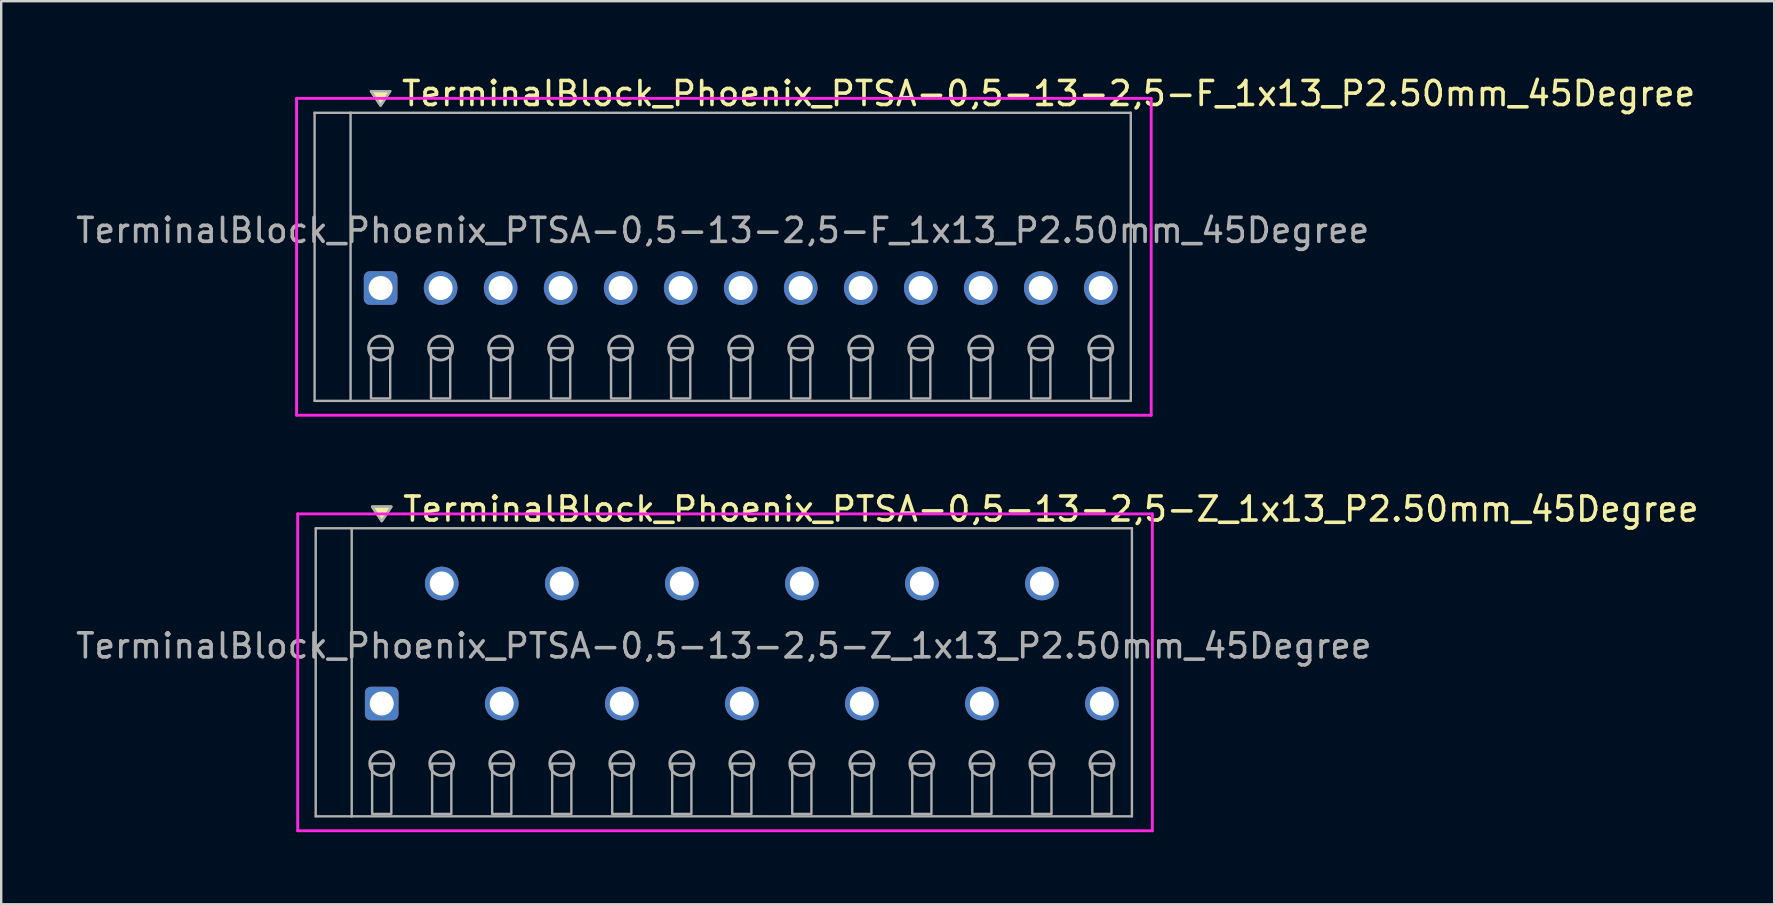
<source format=kicad_pcb>
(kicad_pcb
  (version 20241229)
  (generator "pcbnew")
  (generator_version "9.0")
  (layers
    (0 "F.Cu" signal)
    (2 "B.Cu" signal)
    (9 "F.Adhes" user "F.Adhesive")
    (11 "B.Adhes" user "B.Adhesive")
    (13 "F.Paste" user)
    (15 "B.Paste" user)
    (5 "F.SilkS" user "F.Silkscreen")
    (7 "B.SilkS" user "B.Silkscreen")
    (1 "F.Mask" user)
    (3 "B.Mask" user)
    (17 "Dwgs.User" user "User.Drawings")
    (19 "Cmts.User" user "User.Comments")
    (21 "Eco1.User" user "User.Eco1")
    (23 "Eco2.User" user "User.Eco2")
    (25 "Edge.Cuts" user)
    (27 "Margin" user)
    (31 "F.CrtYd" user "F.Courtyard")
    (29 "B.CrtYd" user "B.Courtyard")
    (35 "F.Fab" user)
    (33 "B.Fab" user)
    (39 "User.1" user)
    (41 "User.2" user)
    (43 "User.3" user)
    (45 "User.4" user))
  (footprint "TerminalBlock_Phoenix_PTSA-0,5-13-2,5-F_1x13_P2.50mm_45Degree"
    (layer "F.Cu")
    (at 12.804 8.948)
    (property "Reference" "TerminalBlock_Phoenix_PTSA-0,5-13-2,5-F_1x13_P2.50mm_45Degree" (at 0.8 -8.1 0) (layer "F.SilkS") (effects (font (size 1 1) (thickness 0.15)) (justify left)))
    (attr through_hole)
    (fp_poly (pts (xy 0 -7.6) (xy -0.4 -8.2) (xy 0.4 -8.2)) (stroke (width 0.1) (type solid)) (fill yes) (layer "F.SilkS"))
    (fp_line (start -3.5 -7.9) (end 32.1 -7.9) (stroke (width 0.12) (type solid)) (layer "F.CrtYd"))
    (fp_line (start -3.5 5.3) (end -3.5 -7.9) (stroke (width 0.12) (type solid)) (layer "F.CrtYd"))
    (fp_line (start 32.1 -7.9) (end 32.1 5.3) (stroke (width 0.12) (type solid)) (layer "F.CrtYd"))
    (fp_line (start 32.1 5.3) (end -3.5 5.3) (stroke (width 0.12) (type solid)) (layer "F.CrtYd"))
    (fp_line (start -2.75 -7.3) (end -1.25 -7.3) (stroke (width 0.1) (type solid)) (layer "F.Fab"))
    (fp_line (start -2.75 4.7) (end -2.75 -7.3) (stroke (width 0.1) (type solid)) (layer "F.Fab"))
    (fp_line (start -1.25 -7.3) (end -1.25 4.7) (stroke (width 0.1) (type solid)) (layer "F.Fab"))
    (fp_line (start -1.25 4.7) (end -2.75 4.7) (stroke (width 0.1) (type solid)) (layer "F.Fab"))
    (fp_line (start -1.25 4.7) (end 31.25 4.7) (stroke (width 0.1) (type solid)) (layer "F.Fab"))
    (fp_line (start 31.25 -7.3) (end -1.25 -7.3) (stroke (width 0.1) (type solid)) (layer "F.Fab"))
    (fp_line (start 31.25 4.7) (end 31.25 -7.3) (stroke (width 0.1) (type solid)) (layer "F.Fab"))
    (fp_circle (center 0 2.5) (end -0.5 2.5) (stroke (width 0.12) (type solid)) (fill no) (layer "F.Fab"))
    (fp_circle (center 2.5 2.5) (end 2 2.5) (stroke (width 0.12) (type solid)) (fill no) (layer "F.Fab"))
    (fp_circle (center 5 2.5) (end 4.5 2.5) (stroke (width 0.12) (type solid)) (fill no) (layer "F.Fab"))
    (fp_circle (center 7.5 2.5) (end 7 2.5) (stroke (width 0.12) (type solid)) (fill no) (layer "F.Fab"))
    (fp_circle (center 10 2.5) (end 9.5 2.5) (stroke (width 0.12) (type solid)) (fill no) (layer "F.Fab"))
    (fp_circle (center 12.5 2.5) (end 12 2.5) (stroke (width 0.12) (type solid)) (fill no) (layer "F.Fab"))
    (fp_circle (center 15 2.5) (end 14.5 2.5) (stroke (width 0.12) (type solid)) (fill no) (layer "F.Fab"))
    (fp_circle (center 17.5 2.5) (end 17 2.5) (stroke (width 0.12) (type solid)) (fill no) (layer "F.Fab"))
    (fp_circle (center 20 2.5) (end 19.5 2.5) (stroke (width 0.12) (type solid)) (fill no) (layer "F.Fab"))
    (fp_circle (center 22.5 2.5) (end 22 2.5) (stroke (width 0.12) (type solid)) (fill no) (layer "F.Fab"))
    (fp_circle (center 25 2.5) (end 24.5 2.5) (stroke (width 0.12) (type solid)) (fill no) (layer "F.Fab"))
    (fp_circle (center 27.5 2.5) (end 27 2.5) (stroke (width 0.12) (type solid)) (fill no) (layer "F.Fab"))
    (fp_circle (center 30 2.5) (end 29.5 2.5) (stroke (width 0.12) (type solid)) (fill no) (layer "F.Fab"))
    (fp_poly (pts (xy 0 -7.6) (xy -0.4 -8.2) (xy 0.4 -8.2)) (stroke (width 0.1) (type solid)) (fill no) (layer "F.Fab"))
    (fp_poly (pts (xy -0.4 2.5) (xy -0.4 4.6) (xy 0.4 4.6) (xy 0.4 2.5)) (stroke (width 0.1) (type solid)) (fill no) (layer "F.Fab"))
    (fp_poly (pts (xy 2.1 2.5) (xy 2.1 4.6) (xy 2.9 4.6) (xy 2.9 2.5)) (stroke (width 0.1) (type solid)) (fill no) (layer "F.Fab"))
    (fp_poly (pts (xy 4.6 2.5) (xy 4.6 4.6) (xy 5.4 4.6) (xy 5.4 2.5)) (stroke (width 0.1) (type solid)) (fill no) (layer "F.Fab"))
    (fp_poly (pts (xy 7.1 2.5) (xy 7.1 4.6) (xy 7.9 4.6) (xy 7.9 2.5)) (stroke (width 0.1) (type solid)) (fill no) (layer "F.Fab"))
    (fp_poly (pts (xy 9.6 2.5) (xy 9.6 4.6) (xy 10.4 4.6) (xy 10.4 2.5)) (stroke (width 0.1) (type solid)) (fill no) (layer "F.Fab"))
    (fp_poly (pts (xy 12.1 2.5) (xy 12.1 4.6) (xy 12.9 4.6) (xy 12.9 2.5)) (stroke (width 0.1) (type solid)) (fill no) (layer "F.Fab"))
    (fp_poly (pts (xy 14.6 2.5) (xy 14.6 4.6) (xy 15.4 4.6) (xy 15.4 2.5)) (stroke (width 0.1) (type solid)) (fill no) (layer "F.Fab"))
    (fp_poly (pts (xy 17.1 2.5) (xy 17.1 4.6) (xy 17.9 4.6) (xy 17.9 2.5)) (stroke (width 0.1) (type solid)) (fill no) (layer "F.Fab"))
    (fp_poly (pts (xy 19.6 2.5) (xy 19.6 4.6) (xy 20.4 4.6) (xy 20.4 2.5)) (stroke (width 0.1) (type solid)) (fill no) (layer "F.Fab"))
    (fp_poly (pts (xy 22.1 2.5) (xy 22.1 4.6) (xy 22.9 4.6) (xy 22.9 2.5)) (stroke (width 0.1) (type solid)) (fill no) (layer "F.Fab"))
    (fp_poly (pts (xy 24.6 2.5) (xy 24.6 4.6) (xy 25.4 4.6) (xy 25.4 2.5)) (stroke (width 0.1) (type solid)) (fill no) (layer "F.Fab"))
    (fp_poly (pts (xy 27.1 2.5) (xy 27.1 4.6) (xy 27.9 4.6) (xy 27.9 2.5)) (stroke (width 0.1) (type solid)) (fill no) (layer "F.Fab"))
    (fp_poly (pts (xy 29.6 2.5) (xy 29.6 4.6) (xy 30.4 4.6) (xy 30.4 2.5)) (stroke (width 0.1) (type solid)) (fill no) (layer "F.Fab"))
    (fp_text user "${REFERENCE}" (at 14.25 -2.4 0) (layer "F.Fab") (effects (font (size 1 1) (thickness 0.15))))
    (pad "1" thru_hole roundrect (at 0 0) (size 1.4 1.4) (drill 1) (layers "*.Cu" "*.Mask") (roundrect_rratio 0.179))
    (pad "2" thru_hole oval (at 2.5 0) (size 1.4 1.4) (drill 1) (layers "*.Cu" "*.Mask"))
    (pad "3" thru_hole oval (at 5 0) (size 1.4 1.4) (drill 1) (layers "*.Cu" "*.Mask"))
    (pad "4" thru_hole oval (at 7.5 0) (size 1.4 1.4) (drill 1) (layers "*.Cu" "*.Mask"))
    (pad "5" thru_hole oval (at 10 0) (size 1.4 1.4) (drill 1) (layers "*.Cu" "*.Mask"))
    (pad "6" thru_hole oval (at 12.5 0) (size 1.4 1.4) (drill 1) (layers "*.Cu" "*.Mask"))
    (pad "7" thru_hole oval (at 15 0) (size 1.4 1.4) (drill 1) (layers "*.Cu" "*.Mask"))
    (pad "8" thru_hole oval (at 17.5 0) (size 1.4 1.4) (drill 1) (layers "*.Cu" "*.Mask"))
    (pad "9" thru_hole oval (at 20 0) (size 1.4 1.4) (drill 1) (layers "*.Cu" "*.Mask"))
    (pad "10" thru_hole oval (at 22.5 0) (size 1.4 1.4) (drill 1) (layers "*.Cu" "*.Mask"))
    (pad "11" thru_hole oval (at 25 0) (size 1.4 1.4) (drill 1) (layers "*.Cu" "*.Mask"))
    (pad "12" thru_hole oval (at 27.5 0) (size 1.4 1.4) (drill 1) (layers "*.Cu" "*.Mask"))
    (pad "13" thru_hole oval (at 30 0) (size 1.4 1.4) (drill 1) (layers "*.Cu" "*.Mask")))
  (footprint "TerminalBlock_Phoenix_PTSA-0,5-13-2,5-Z_1x13_P2.50mm_45Degree"
    (layer "F.Cu")
    (at 12.851 26.256)
    (property "Reference" "TerminalBlock_Phoenix_PTSA-0,5-13-2,5-Z_1x13_P2.50mm_45Degree" (at 0.8 -8.1 0) (layer "F.SilkS") (effects (font (size 1 1) (thickness 0.15)) (justify left)))
    (attr through_hole)
    (fp_poly (pts (xy 0 -7.6) (xy -0.4 -8.2) (xy 0.4 -8.2)) (stroke (width 0.1) (type solid)) (fill yes) (layer "F.SilkS"))
    (fp_line (start -3.5 -7.9) (end 32.1 -7.9) (stroke (width 0.12) (type solid)) (layer "F.CrtYd"))
    (fp_line (start -3.5 5.3) (end -3.5 -7.9) (stroke (width 0.12) (type solid)) (layer "F.CrtYd"))
    (fp_line (start 32.1 -7.9) (end 32.1 5.3) (stroke (width 0.12) (type solid)) (layer "F.CrtYd"))
    (fp_line (start 32.1 5.3) (end -3.5 5.3) (stroke (width 0.12) (type solid)) (layer "F.CrtYd"))
    (fp_line (start -2.75 -7.3) (end -1.25 -7.3) (stroke (width 0.1) (type solid)) (layer "F.Fab"))
    (fp_line (start -2.75 4.7) (end -2.75 -7.3) (stroke (width 0.1) (type solid)) (layer "F.Fab"))
    (fp_line (start -1.25 -7.3) (end -1.25 4.7) (stroke (width 0.1) (type solid)) (layer "F.Fab"))
    (fp_line (start -1.25 4.7) (end -2.75 4.7) (stroke (width 0.1) (type solid)) (layer "F.Fab"))
    (fp_line (start -1.25 4.7) (end 31.25 4.7) (stroke (width 0.1) (type solid)) (layer "F.Fab"))
    (fp_line (start 31.25 -7.3) (end -1.25 -7.3) (stroke (width 0.1) (type solid)) (layer "F.Fab"))
    (fp_line (start 31.25 4.7) (end 31.25 -7.3) (stroke (width 0.1) (type solid)) (layer "F.Fab"))
    (fp_circle (center 0 2.5) (end -0.5 2.5) (stroke (width 0.12) (type solid)) (fill no) (layer "F.Fab"))
    (fp_circle (center 2.5 2.5) (end 2 2.5) (stroke (width 0.12) (type solid)) (fill no) (layer "F.Fab"))
    (fp_circle (center 5 2.5) (end 4.5 2.5) (stroke (width 0.12) (type solid)) (fill no) (layer "F.Fab"))
    (fp_circle (center 7.5 2.5) (end 7 2.5) (stroke (width 0.12) (type solid)) (fill no) (layer "F.Fab"))
    (fp_circle (center 10 2.5) (end 9.5 2.5) (stroke (width 0.12) (type solid)) (fill no) (layer "F.Fab"))
    (fp_circle (center 12.5 2.5) (end 12 2.5) (stroke (width 0.12) (type solid)) (fill no) (layer "F.Fab"))
    (fp_circle (center 15 2.5) (end 14.5 2.5) (stroke (width 0.12) (type solid)) (fill no) (layer "F.Fab"))
    (fp_circle (center 17.5 2.5) (end 17 2.5) (stroke (width 0.12) (type solid)) (fill no) (layer "F.Fab"))
    (fp_circle (center 20 2.5) (end 19.5 2.5) (stroke (width 0.12) (type solid)) (fill no) (layer "F.Fab"))
    (fp_circle (center 22.5 2.5) (end 22 2.5) (stroke (width 0.12) (type solid)) (fill no) (layer "F.Fab"))
    (fp_circle (center 25 2.5) (end 24.5 2.5) (stroke (width 0.12) (type solid)) (fill no) (layer "F.Fab"))
    (fp_circle (center 27.5 2.5) (end 27 2.5) (stroke (width 0.12) (type solid)) (fill no) (layer "F.Fab"))
    (fp_circle (center 30 2.5) (end 29.5 2.5) (stroke (width 0.12) (type solid)) (fill no) (layer "F.Fab"))
    (fp_poly (pts (xy 0 -7.6) (xy -0.4 -8.2) (xy 0.4 -8.2)) (stroke (width 0.1) (type solid)) (fill no) (layer "F.Fab"))
    (fp_poly (pts (xy -0.4 2.5) (xy -0.4 4.6) (xy 0.4 4.6) (xy 0.4 2.5)) (stroke (width 0.1) (type solid)) (fill no) (layer "F.Fab"))
    (fp_poly (pts (xy 2.1 2.5) (xy 2.1 4.6) (xy 2.9 4.6) (xy 2.9 2.5)) (stroke (width 0.1) (type solid)) (fill no) (layer "F.Fab"))
    (fp_poly (pts (xy 4.6 2.5) (xy 4.6 4.6) (xy 5.4 4.6) (xy 5.4 2.5)) (stroke (width 0.1) (type solid)) (fill no) (layer "F.Fab"))
    (fp_poly (pts (xy 7.1 2.5) (xy 7.1 4.6) (xy 7.9 4.6) (xy 7.9 2.5)) (stroke (width 0.1) (type solid)) (fill no) (layer "F.Fab"))
    (fp_poly (pts (xy 9.6 2.5) (xy 9.6 4.6) (xy 10.4 4.6) (xy 10.4 2.5)) (stroke (width 0.1) (type solid)) (fill no) (layer "F.Fab"))
    (fp_poly (pts (xy 12.1 2.5) (xy 12.1 4.6) (xy 12.9 4.6) (xy 12.9 2.5)) (stroke (width 0.1) (type solid)) (fill no) (layer "F.Fab"))
    (fp_poly (pts (xy 14.6 2.5) (xy 14.6 4.6) (xy 15.4 4.6) (xy 15.4 2.5)) (stroke (width 0.1) (type solid)) (fill no) (layer "F.Fab"))
    (fp_poly (pts (xy 17.1 2.5) (xy 17.1 4.6) (xy 17.9 4.6) (xy 17.9 2.5)) (stroke (width 0.1) (type solid)) (fill no) (layer "F.Fab"))
    (fp_poly (pts (xy 19.6 2.5) (xy 19.6 4.6) (xy 20.4 4.6) (xy 20.4 2.5)) (stroke (width 0.1) (type solid)) (fill no) (layer "F.Fab"))
    (fp_poly (pts (xy 22.1 2.5) (xy 22.1 4.6) (xy 22.9 4.6) (xy 22.9 2.5)) (stroke (width 0.1) (type solid)) (fill no) (layer "F.Fab"))
    (fp_poly (pts (xy 24.6 2.5) (xy 24.6 4.6) (xy 25.4 4.6) (xy 25.4 2.5)) (stroke (width 0.1) (type solid)) (fill no) (layer "F.Fab"))
    (fp_poly (pts (xy 27.1 2.5) (xy 27.1 4.6) (xy 27.9 4.6) (xy 27.9 2.5)) (stroke (width 0.1) (type solid)) (fill no) (layer "F.Fab"))
    (fp_poly (pts (xy 29.6 2.5) (xy 29.6 4.6) (xy 30.4 4.6) (xy 30.4 2.5)) (stroke (width 0.1) (type solid)) (fill no) (layer "F.Fab"))
    (fp_text user "${REFERENCE}" (at 14.25 -2.4 0) (layer "F.Fab") (effects (font (size 1 1) (thickness 0.15))))
    (pad "1" thru_hole roundrect (at 0 0) (size 1.4 1.4) (drill 1) (layers "*.Cu" "*.Mask") (roundrect_rratio 0.179))
    (pad "2" thru_hole oval (at 2.5 -5) (size 1.4 1.4) (drill 1) (layers "*.Cu" "*.Mask"))
    (pad "3" thru_hole oval (at 5 0) (size 1.4 1.4) (drill 1) (layers "*.Cu" "*.Mask"))
    (pad "4" thru_hole oval (at 7.5 -5) (size 1.4 1.4) (drill 1) (layers "*.Cu" "*.Mask"))
    (pad "5" thru_hole oval (at 10 0) (size 1.4 1.4) (drill 1) (layers "*.Cu" "*.Mask"))
    (pad "6" thru_hole oval (at 12.5 -5) (size 1.4 1.4) (drill 1) (layers "*.Cu" "*.Mask"))
    (pad "7" thru_hole oval (at 15 0) (size 1.4 1.4) (drill 1) (layers "*.Cu" "*.Mask"))
    (pad "8" thru_hole oval (at 17.5 -5) (size 1.4 1.4) (drill 1) (layers "*.Cu" "*.Mask"))
    (pad "9" thru_hole oval (at 20 0) (size 1.4 1.4) (drill 1) (layers "*.Cu" "*.Mask"))
    (pad "10" thru_hole oval (at 22.5 -5) (size 1.4 1.4) (drill 1) (layers "*.Cu" "*.Mask"))
    (pad "11" thru_hole oval (at 25 0) (size 1.4 1.4) (drill 1) (layers "*.Cu" "*.Mask"))
    (pad "12" thru_hole oval (at 27.5 -5) (size 1.4 1.4) (drill 1) (layers "*.Cu" "*.Mask"))
    (pad "13" thru_hole oval (at 30 0) (size 1.4 1.4) (drill 1) (layers "*.Cu" "*.Mask")))
  (gr_rect
    (start -3 -3)
    (end 70.854 34.617)
    (stroke (width 0.1) (type default))
    (fill no)
    (layer "Edge.Cuts")))
</source>
